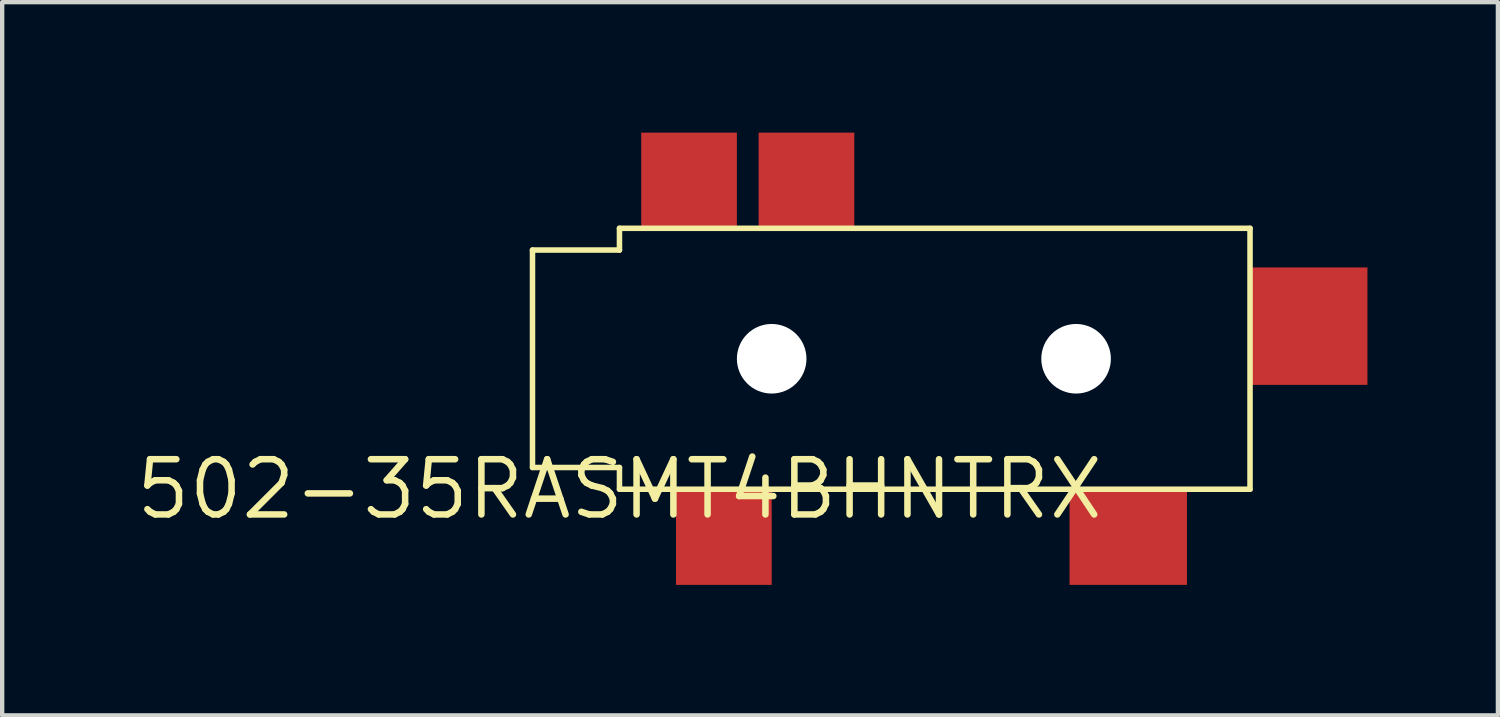
<source format=kicad_pcb>
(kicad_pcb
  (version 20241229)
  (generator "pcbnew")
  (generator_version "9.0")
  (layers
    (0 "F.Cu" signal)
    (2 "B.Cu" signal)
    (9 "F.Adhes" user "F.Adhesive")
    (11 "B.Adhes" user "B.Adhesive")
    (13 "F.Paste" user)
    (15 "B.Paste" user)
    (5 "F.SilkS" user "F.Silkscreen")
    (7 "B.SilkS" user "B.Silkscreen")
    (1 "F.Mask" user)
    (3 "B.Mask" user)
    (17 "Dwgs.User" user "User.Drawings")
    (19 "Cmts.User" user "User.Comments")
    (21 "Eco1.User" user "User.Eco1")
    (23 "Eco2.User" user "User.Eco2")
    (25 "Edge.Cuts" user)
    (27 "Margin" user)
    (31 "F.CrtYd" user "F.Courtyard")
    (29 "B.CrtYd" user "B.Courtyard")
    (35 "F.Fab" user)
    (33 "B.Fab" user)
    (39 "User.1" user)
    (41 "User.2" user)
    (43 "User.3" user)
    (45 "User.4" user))
  (footprint "502-35RASMT4BHNTRX"
    (layer "F.Cu")
    (at 11.195 8.2)
    (property "Reference" "502-35RASMT4BHNTRX" (at 0 0 0) (unlocked yes) (layer "F.SilkS") (effects (font (size 1.27 1.27) (thickness 0.15))))
    (fp_line (start -2 -5.5) (end -2 -0.5) (stroke (width 0.127) (type solid)) (layer "F.SilkS"))
    (fp_line (start -2 -0.5) (end 0 -0.5) (stroke (width 0.127) (type solid)) (layer "F.SilkS"))
    (fp_line (start 0 -6) (end 0 -5.5) (stroke (width 0.127) (type solid)) (layer "F.SilkS"))
    (fp_line (start 0 -5.5) (end -2 -5.5) (stroke (width 0.127) (type solid)) (layer "F.SilkS"))
    (fp_line (start 0 -0.5) (end 0 0) (stroke (width 0.127) (type solid)) (layer "F.SilkS"))
    (fp_line (start 0 0) (end 14.5 0) (stroke (width 0.127) (type solid)) (layer "F.SilkS"))
    (fp_line (start 14.5 -6) (end 0 -6) (stroke (width 0.127) (type solid)) (layer "F.SilkS"))
    (fp_line (start 14.5 0) (end 14.5 -6) (stroke (width 0.127) (type solid)) (layer "F.SilkS"))
    (pad "" np_thru_hole circle (at 3.5 -3) (size 1.6 1.6) (drill 1.6) (layers "*.Cu" "*.Mask"))
    (pad "" np_thru_hole circle (at 10.5 -3) (size 1.6 1.6) (drill 1.6) (layers "*.Cu" "*.Mask"))
    (pad "P1" smd rect (at 2.4 1.1) (size 2.2 2.2) (layers "F.Cu" "F.Mask" "F.Paste"))
    (pad "P2" smd rect (at 4.3 -7.1) (size 2.2 2.2) (layers "F.Cu" "F.Mask" "F.Paste"))
    (pad "P3" smd rect (at 11.7 1.1) (size 2.7 2.2) (layers "F.Cu" "F.Mask" "F.Paste"))
    (pad "P4" smd rect (at 1.6 -7.1) (size 2.2 2.2) (layers "F.Cu" "F.Mask" "F.Paste"))
    (pad "P5" smd rect (at 15.85 -3.75) (size 2.7 2.7) (layers "F.Cu" "F.Mask" "F.Paste")))
  (gr_rect
    (start -3 -3)
    (end 31.395 13.4)
    (stroke (width 0.1) (type default))
    (fill no)
    (layer "Edge.Cuts")))
</source>
